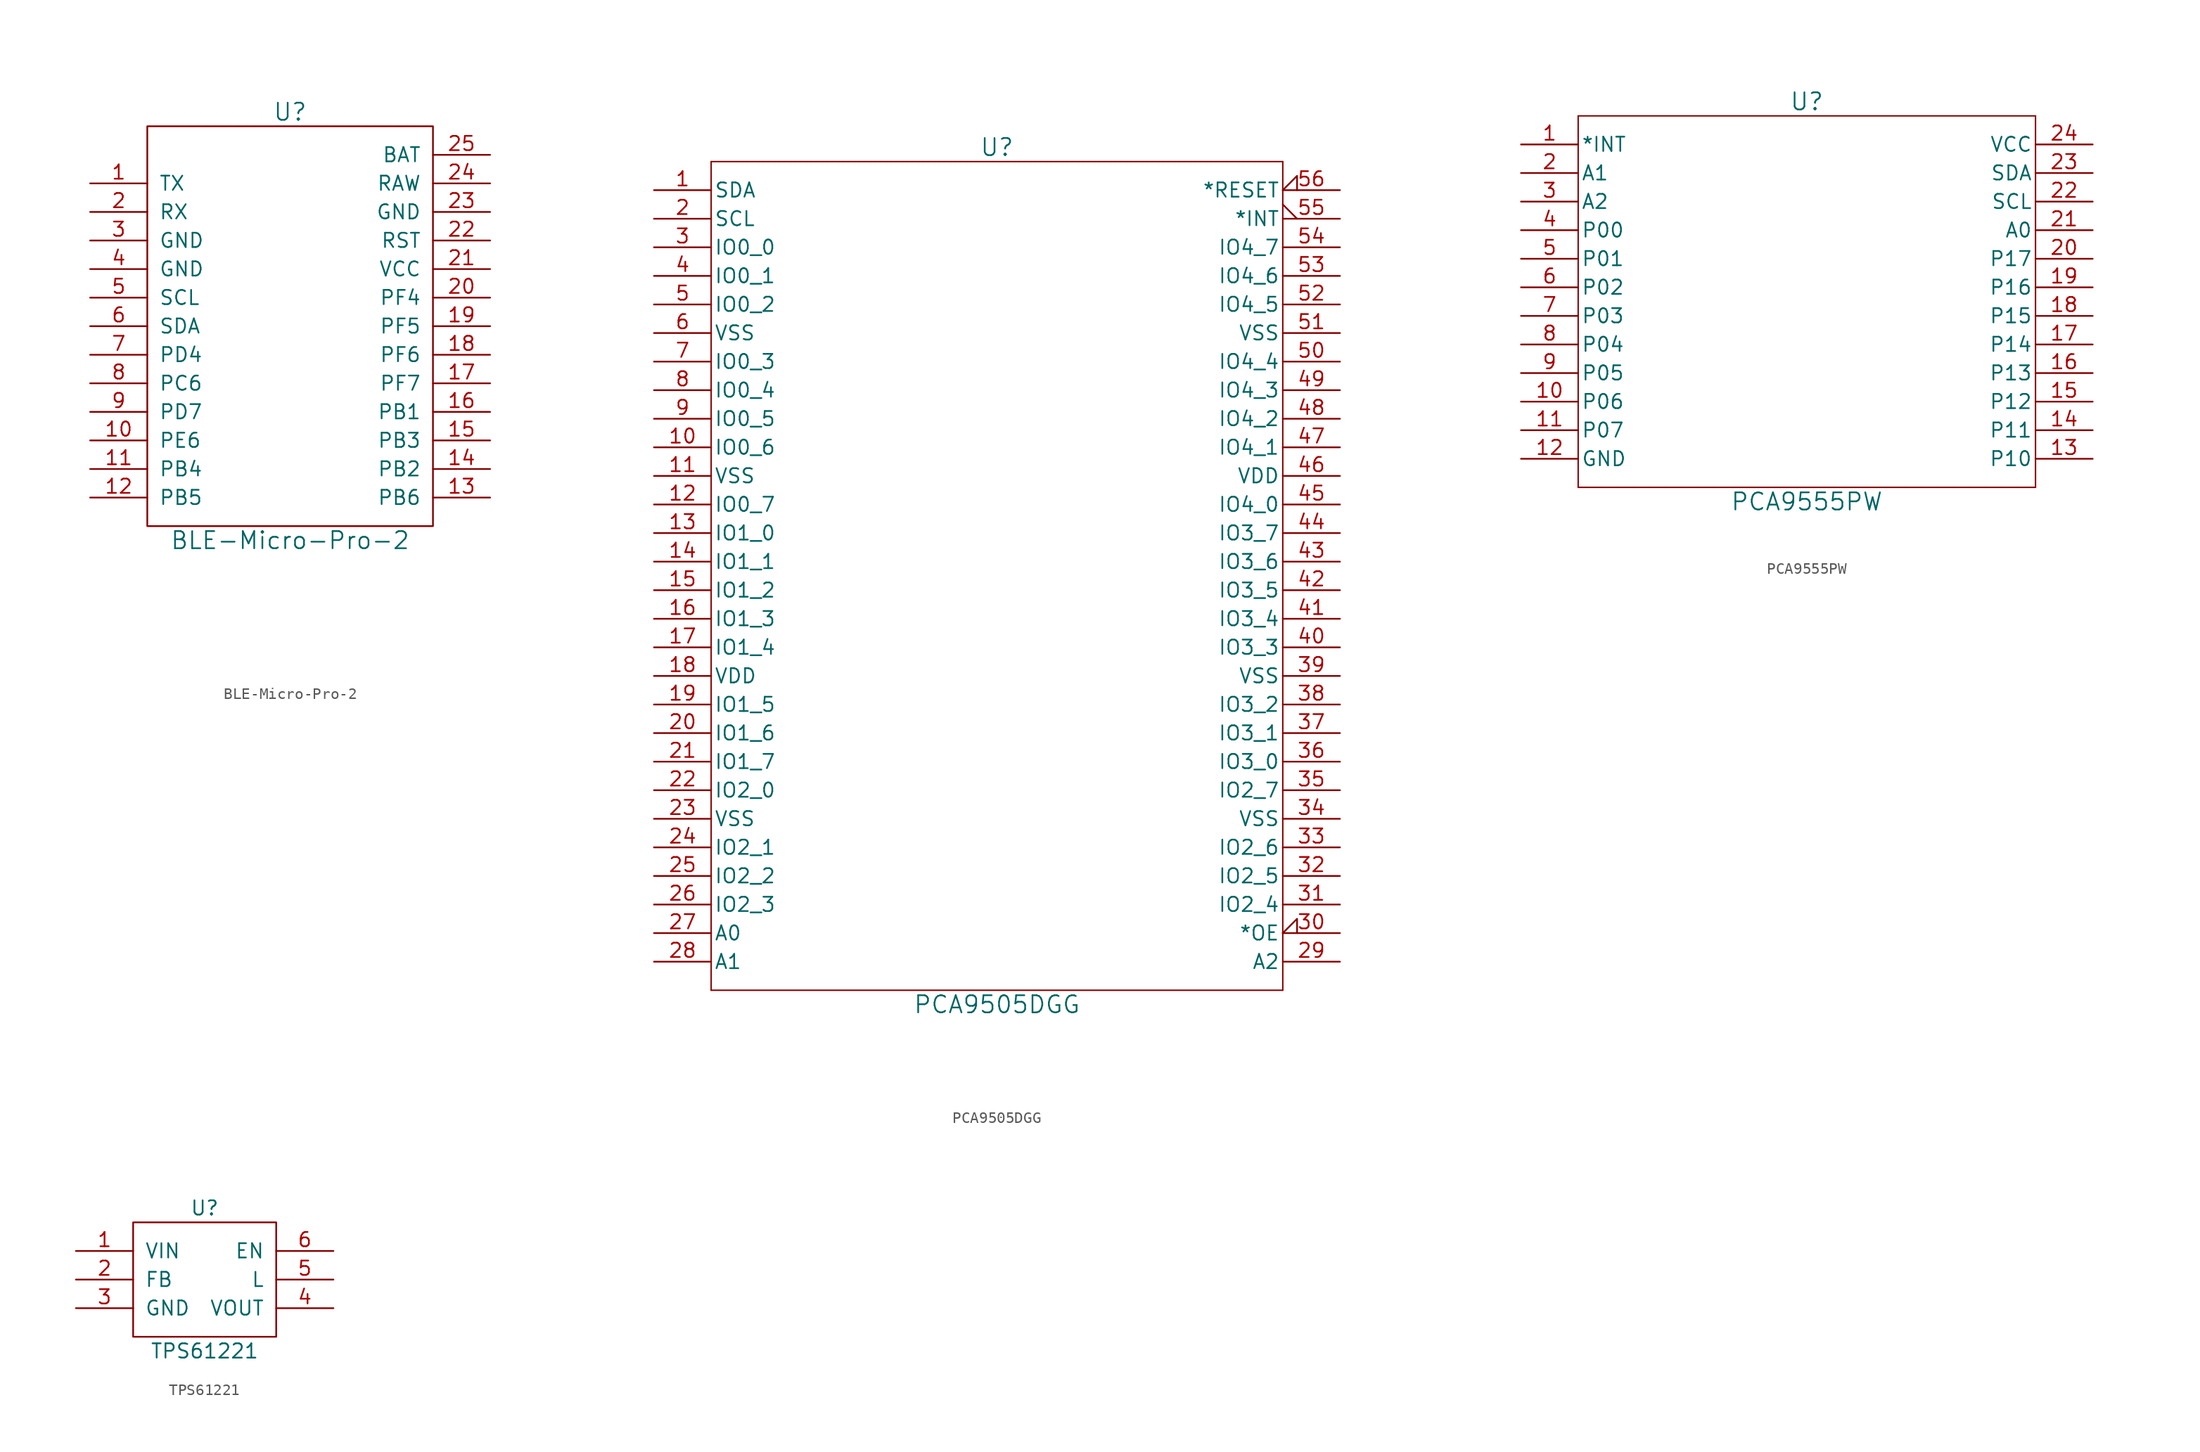
<source format=kicad_sym>
(kicad_symbol_lib
  (version 20241209)
  (generator "kicad_symbol_editor")
  (generator_version "9.0")
  (symbol "BLE-Micro-Pro-2"
    (pin_names
      (offset 1.016))
    (property "Reference" "U"
      (at 0 19.05 0)
      (effects (font (size 1.524 1.524))))
    (property "Value" "BLE-Micro-Pro-2"
      (at 0 -19.05 0)
      (effects (font (size 1.524 1.524))))
    (property "Footprint" ""
      (at 2.54 -26.67 0)
      (effects (font (size 1.524 1.524))))
    (property "Datasheet" ""
      (at 2.54 -26.67 0)
      (effects (font (size 1.524 1.524))))
    (symbol "BLE-Micro-Pro-2_0_1"
      (rectangle (start -12.7 17.78) (end 12.7 -17.78) (stroke (width 0) (type solid)) (fill (type none))))
    (symbol "BLE-Micro-Pro-2_1_1"
      (pin bidirectional line (at -17.78 12.7 0) (length 5.08) (name "TX" (effects (font (size 1.27 1.27)))) (number "1" (effects (font (size 1.27 1.27)))))
      (pin bidirectional line (at -17.78 10.16 0) (length 5.08) (name "RX" (effects (font (size 1.27 1.27)))) (number "2" (effects (font (size 1.27 1.27)))))
      (pin power_in line (at -17.78 7.62 0) (length 5.08) (name "GND" (effects (font (size 1.27 1.27)))) (number "3" (effects (font (size 1.27 1.27)))))
      (pin power_in line (at -17.78 5.08 0) (length 5.08) (name "GND" (effects (font (size 1.27 1.27)))) (number "4" (effects (font (size 1.27 1.27)))))
      (pin bidirectional line (at -17.78 2.54 0) (length 5.08) (name "SCL" (effects (font (size 1.27 1.27)))) (number "5" (effects (font (size 1.27 1.27)))))
      (pin bidirectional line (at -17.78 0 0) (length 5.08) (name "SDA" (effects (font (size 1.27 1.27)))) (number "6" (effects (font (size 1.27 1.27)))))
      (pin bidirectional line (at -17.78 -2.54 0) (length 5.08) (name "PD4" (effects (font (size 1.27 1.27)))) (number "7" (effects (font (size 1.27 1.27)))))
      (pin bidirectional line (at -17.78 -5.08 0) (length 5.08) (name "PC6" (effects (font (size 1.27 1.27)))) (number "8" (effects (font (size 1.27 1.27)))))
      (pin bidirectional line (at -17.78 -7.62 0) (length 5.08) (name "PD7" (effects (font (size 1.27 1.27)))) (number "9" (effects (font (size 1.27 1.27)))))
      (pin bidirectional line (at -17.78 -10.16 0) (length 5.08) (name "PE6" (effects (font (size 1.27 1.27)))) (number "10" (effects (font (size 1.27 1.27)))))
      (pin bidirectional line (at -17.78 -12.7 0) (length 5.08) (name "PB4" (effects (font (size 1.27 1.27)))) (number "11" (effects (font (size 1.27 1.27)))))
      (pin bidirectional line (at -17.78 -15.24 0) (length 5.08) (name "PB5" (effects (font (size 1.27 1.27)))) (number "12" (effects (font (size 1.27 1.27)))))
      (pin power_in line (at 17.78 15.24 180) (length 5.08) (name "BAT" (effects (font (size 1.27 1.27)))) (number "25" (effects (font (size 1.27 1.27)))))
      (pin power_out line (at 17.78 12.7 180) (length 5.08) (name "RAW" (effects (font (size 1.27 1.27)))) (number "24" (effects (font (size 1.27 1.27)))))
      (pin power_in line (at 17.78 10.16 180) (length 5.08) (name "GND" (effects (font (size 1.27 1.27)))) (number "23" (effects (font (size 1.27 1.27)))))
      (pin input line (at 17.78 7.62 180) (length 5.08) (name "RST" (effects (font (size 1.27 1.27)))) (number "22" (effects (font (size 1.27 1.27)))))
      (pin power_in line (at 17.78 5.08 180) (length 5.08) (name "VCC" (effects (font (size 1.27 1.27)))) (number "21" (effects (font (size 1.27 1.27)))))
      (pin bidirectional line (at 17.78 2.54 180) (length 5.08) (name "PF4" (effects (font (size 1.27 1.27)))) (number "20" (effects (font (size 1.27 1.27)))))
      (pin bidirectional line (at 17.78 0 180) (length 5.08) (name "PF5" (effects (font (size 1.27 1.27)))) (number "19" (effects (font (size 1.27 1.27)))))
      (pin bidirectional line (at 17.78 -2.54 180) (length 5.08) (name "PF6" (effects (font (size 1.27 1.27)))) (number "18" (effects (font (size 1.27 1.27)))))
      (pin bidirectional line (at 17.78 -5.08 180) (length 5.08) (name "PF7" (effects (font (size 1.27 1.27)))) (number "17" (effects (font (size 1.27 1.27)))))
      (pin bidirectional line (at 17.78 -7.62 180) (length 5.08) (name "PB1" (effects (font (size 1.27 1.27)))) (number "16" (effects (font (size 1.27 1.27)))))
      (pin bidirectional line (at 17.78 -10.16 180) (length 5.08) (name "PB3" (effects (font (size 1.27 1.27)))) (number "15" (effects (font (size 1.27 1.27)))))
      (pin bidirectional line (at 17.78 -12.7 180) (length 5.08) (name "PB2" (effects (font (size 1.27 1.27)))) (number "14" (effects (font (size 1.27 1.27)))))
      (pin bidirectional line (at 17.78 -15.24 180) (length 5.08) (name "PB6" (effects (font (size 1.27 1.27)))) (number "13" (effects (font (size 1.27 1.27)))))))
  (symbol "PCA9505DGG"
    (pin_names
      (offset 0.254))
    (property "Reference" "U"
      (at 0 36.83 0)
      (effects (font (size 1.524 1.524))))
    (property "Value" "PCA9505DGG"
      (at 0 -39.37 0)
      (effects (font (size 1.524 1.524))))
    (property "Datasheet" ""
      (at -30.48 33.02 0)
      (effects (font (size 1.524 1.524))))
    (symbol "PCA9505DGG_1_0"
      (polyline (pts (xy -25.4 35.56) (xy -25.4 -38.1)) (stroke (width 0.127) (type solid)) (fill (type none)))
      (polyline (pts (xy -25.4 -38.1) (xy 25.4 -38.1)) (stroke (width 0.127) (type solid)) (fill (type none)))
      (polyline (pts (xy 25.4 35.56) (xy -25.4 35.56)) (stroke (width 0.127) (type solid)) (fill (type none)))
      (polyline (pts (xy 25.4 -38.1) (xy 25.4 35.56)) (stroke (width 0.127) (type solid)) (fill (type none)))
      (pin bidirectional line (at -30.48 33.02 0) (length 5.08) (name "SDA" (effects (font (size 1.27 1.27)))) (number "1" (effects (font (size 1.27 1.27)))))
      (pin input line (at -30.48 30.48 0) (length 5.08) (name "SCL" (effects (font (size 1.27 1.27)))) (number "2" (effects (font (size 1.27 1.27)))))
      (pin bidirectional line (at -30.48 27.94 0) (length 5.08) (name "IO0_0" (effects (font (size 1.27 1.27)))) (number "3" (effects (font (size 1.27 1.27)))))
      (pin bidirectional line (at -30.48 25.4 0) (length 5.08) (name "IO0_1" (effects (font (size 1.27 1.27)))) (number "4" (effects (font (size 1.27 1.27)))))
      (pin bidirectional line (at -30.48 22.86 0) (length 5.08) (name "IO0_2" (effects (font (size 1.27 1.27)))) (number "5" (effects (font (size 1.27 1.27)))))
      (pin power_in line (at -30.48 20.32 0) (length 5.08) (name "VSS" (effects (font (size 1.27 1.27)))) (number "6" (effects (font (size 1.27 1.27)))))
      (pin bidirectional line (at -30.48 17.78 0) (length 5.08) (name "IO0_3" (effects (font (size 1.27 1.27)))) (number "7" (effects (font (size 1.27 1.27)))))
      (pin bidirectional line (at -30.48 15.24 0) (length 5.08) (name "IO0_4" (effects (font (size 1.27 1.27)))) (number "8" (effects (font (size 1.27 1.27)))))
      (pin bidirectional line (at -30.48 12.7 0) (length 5.08) (name "IO0_5" (effects (font (size 1.27 1.27)))) (number "9" (effects (font (size 1.27 1.27)))))
      (pin bidirectional line (at -30.48 10.16 0) (length 5.08) (name "IO0_6" (effects (font (size 1.27 1.27)))) (number "10" (effects (font (size 1.27 1.27)))))
      (pin power_in line (at -30.48 7.62 0) (length 5.08) (name "VSS" (effects (font (size 1.27 1.27)))) (number "11" (effects (font (size 1.27 1.27)))))
      (pin bidirectional line (at -30.48 5.08 0) (length 5.08) (name "IO0_7" (effects (font (size 1.27 1.27)))) (number "12" (effects (font (size 1.27 1.27)))))
      (pin bidirectional line (at -30.48 2.54 0) (length 5.08) (name "IO1_0" (effects (font (size 1.27 1.27)))) (number "13" (effects (font (size 1.27 1.27)))))
      (pin bidirectional line (at -30.48 0 0) (length 5.08) (name "IO1_1" (effects (font (size 1.27 1.27)))) (number "14" (effects (font (size 1.27 1.27)))))
      (pin bidirectional line (at -30.48 -2.54 0) (length 5.08) (name "IO1_2" (effects (font (size 1.27 1.27)))) (number "15" (effects (font (size 1.27 1.27)))))
      (pin bidirectional line (at -30.48 -5.08 0) (length 5.08) (name "IO1_3" (effects (font (size 1.27 1.27)))) (number "16" (effects (font (size 1.27 1.27)))))
      (pin bidirectional line (at -30.48 -7.62 0) (length 5.08) (name "IO1_4" (effects (font (size 1.27 1.27)))) (number "17" (effects (font (size 1.27 1.27)))))
      (pin power_in line (at -30.48 -10.16 0) (length 5.08) (name "VDD" (effects (font (size 1.27 1.27)))) (number "18" (effects (font (size 1.27 1.27)))))
      (pin bidirectional line (at -30.48 -12.7 0) (length 5.08) (name "IO1_5" (effects (font (size 1.27 1.27)))) (number "19" (effects (font (size 1.27 1.27)))))
      (pin bidirectional line (at -30.48 -15.24 0) (length 5.08) (name "IO1_6" (effects (font (size 1.27 1.27)))) (number "20" (effects (font (size 1.27 1.27)))))
      (pin bidirectional line (at -30.48 -17.78 0) (length 5.08) (name "IO1_7" (effects (font (size 1.27 1.27)))) (number "21" (effects (font (size 1.27 1.27)))))
      (pin bidirectional line (at -30.48 -20.32 0) (length 5.08) (name "IO2_0" (effects (font (size 1.27 1.27)))) (number "22" (effects (font (size 1.27 1.27)))))
      (pin power_in line (at -30.48 -22.86 0) (length 5.08) (name "VSS" (effects (font (size 1.27 1.27)))) (number "23" (effects (font (size 1.27 1.27)))))
      (pin bidirectional line (at -30.48 -25.4 0) (length 5.08) (name "IO2_1" (effects (font (size 1.27 1.27)))) (number "24" (effects (font (size 1.27 1.27)))))
      (pin bidirectional line (at -30.48 -27.94 0) (length 5.08) (name "IO2_2" (effects (font (size 1.27 1.27)))) (number "25" (effects (font (size 1.27 1.27)))))
      (pin bidirectional line (at -30.48 -30.48 0) (length 5.08) (name "IO2_3" (effects (font (size 1.27 1.27)))) (number "26" (effects (font (size 1.27 1.27)))))
      (pin input line (at -30.48 -33.02 0) (length 5.08) (name "A0" (effects (font (size 1.27 1.27)))) (number "27" (effects (font (size 1.27 1.27)))))
      (pin input line (at -30.48 -35.56 0) (length 5.08) (name "A1" (effects (font (size 1.27 1.27)))) (number "28" (effects (font (size 1.27 1.27)))))
      (pin input input_low (at 30.48 33.02 180) (length 5.08) (name "*RESET" (effects (font (size 1.27 1.27)))) (number "56" (effects (font (size 1.27 1.27)))))
      (pin open_collector output_low (at 30.48 30.48 180) (length 5.08) (name "*INT" (effects (font (size 1.27 1.27)))) (number "55" (effects (font (size 1.27 1.27)))))
      (pin bidirectional line (at 30.48 27.94 180) (length 5.08) (name "IO4_7" (effects (font (size 1.27 1.27)))) (number "54" (effects (font (size 1.27 1.27)))))
      (pin bidirectional line (at 30.48 25.4 180) (length 5.08) (name "IO4_6" (effects (font (size 1.27 1.27)))) (number "53" (effects (font (size 1.27 1.27)))))
      (pin bidirectional line (at 30.48 22.86 180) (length 5.08) (name "IO4_5" (effects (font (size 1.27 1.27)))) (number "52" (effects (font (size 1.27 1.27)))))
      (pin power_in line (at 30.48 20.32 180) (length 5.08) (name "VSS" (effects (font (size 1.27 1.27)))) (number "51" (effects (font (size 1.27 1.27)))))
      (pin bidirectional line (at 30.48 17.78 180) (length 5.08) (name "IO4_4" (effects (font (size 1.27 1.27)))) (number "50" (effects (font (size 1.27 1.27)))))
      (pin bidirectional line (at 30.48 15.24 180) (length 5.08) (name "IO4_3" (effects (font (size 1.27 1.27)))) (number "49" (effects (font (size 1.27 1.27)))))
      (pin bidirectional line (at 30.48 12.7 180) (length 5.08) (name "IO4_2" (effects (font (size 1.27 1.27)))) (number "48" (effects (font (size 1.27 1.27)))))
      (pin bidirectional line (at 30.48 10.16 180) (length 5.08) (name "IO4_1" (effects (font (size 1.27 1.27)))) (number "47" (effects (font (size 1.27 1.27)))))
      (pin power_in line (at 30.48 7.62 180) (length 5.08) (name "VDD" (effects (font (size 1.27 1.27)))) (number "46" (effects (font (size 1.27 1.27)))))
      (pin bidirectional line (at 30.48 5.08 180) (length 5.08) (name "IO4_0" (effects (font (size 1.27 1.27)))) (number "45" (effects (font (size 1.27 1.27)))))
      (pin bidirectional line (at 30.48 2.54 180) (length 5.08) (name "IO3_7" (effects (font (size 1.27 1.27)))) (number "44" (effects (font (size 1.27 1.27)))))
      (pin bidirectional line (at 30.48 0 180) (length 5.08) (name "IO3_6" (effects (font (size 1.27 1.27)))) (number "43" (effects (font (size 1.27 1.27)))))
      (pin bidirectional line (at 30.48 -2.54 180) (length 5.08) (name "IO3_5" (effects (font (size 1.27 1.27)))) (number "42" (effects (font (size 1.27 1.27)))))
      (pin bidirectional line (at 30.48 -5.08 180) (length 5.08) (name "IO3_4" (effects (font (size 1.27 1.27)))) (number "41" (effects (font (size 1.27 1.27)))))
      (pin bidirectional line (at 30.48 -7.62 180) (length 5.08) (name "IO3_3" (effects (font (size 1.27 1.27)))) (number "40" (effects (font (size 1.27 1.27)))))
      (pin power_in line (at 30.48 -10.16 180) (length 5.08) (name "VSS" (effects (font (size 1.27 1.27)))) (number "39" (effects (font (size 1.27 1.27)))))
      (pin bidirectional line (at 30.48 -12.7 180) (length 5.08) (name "IO3_2" (effects (font (size 1.27 1.27)))) (number "38" (effects (font (size 1.27 1.27)))))
      (pin bidirectional line (at 30.48 -15.24 180) (length 5.08) (name "IO3_1" (effects (font (size 1.27 1.27)))) (number "37" (effects (font (size 1.27 1.27)))))
      (pin bidirectional line (at 30.48 -17.78 180) (length 5.08) (name "IO3_0" (effects (font (size 1.27 1.27)))) (number "36" (effects (font (size 1.27 1.27)))))
      (pin bidirectional line (at 30.48 -20.32 180) (length 5.08) (name "IO2_7" (effects (font (size 1.27 1.27)))) (number "35" (effects (font (size 1.27 1.27)))))
      (pin power_in line (at 30.48 -22.86 180) (length 5.08) (name "VSS" (effects (font (size 1.27 1.27)))) (number "34" (effects (font (size 1.27 1.27)))))
      (pin bidirectional line (at 30.48 -25.4 180) (length 5.08) (name "IO2_6" (effects (font (size 1.27 1.27)))) (number "33" (effects (font (size 1.27 1.27)))))
      (pin bidirectional line (at 30.48 -27.94 180) (length 5.08) (name "IO2_5" (effects (font (size 1.27 1.27)))) (number "32" (effects (font (size 1.27 1.27)))))
      (pin bidirectional line (at 30.48 -30.48 180) (length 5.08) (name "IO2_4" (effects (font (size 1.27 1.27)))) (number "31" (effects (font (size 1.27 1.27)))))
      (pin input input_low (at 30.48 -33.02 180) (length 5.08) (name "*OE" (effects (font (size 1.27 1.27)))) (number "30" (effects (font (size 1.27 1.27)))))
      (pin input line (at 30.48 -35.56 180) (length 5.08) (name "A2" (effects (font (size 1.27 1.27)))) (number "29" (effects (font (size 1.27 1.27)))))))
  (symbol "PCA9555PW"
    (pin_names
      (offset 0.254))
    (property "Reference" "U"
      (at 0 16.51 0)
      (effects (font (size 1.524 1.524))))
    (property "Value" "PCA9555PW"
      (at 0 -19.05 0)
      (effects (font (size 1.524 1.524))))
    (property "Datasheet" ""
      (at -25.4 12.7 0)
      (effects (font (size 1.524 1.524))))
    (symbol "PCA9555PW_0_0"
      (polyline (pts (xy -20.32 15.24) (xy -20.32 -17.78)) (stroke (width 0.127) (type solid)) (fill (type none)))
      (polyline (pts (xy -20.32 -17.78) (xy 20.32 -17.78)) (stroke (width 0.127) (type solid)) (fill (type none)))
      (polyline (pts (xy 20.32 15.24) (xy -20.32 15.24)) (stroke (width 0.127) (type solid)) (fill (type none)))
      (polyline (pts (xy 20.32 -17.78) (xy 20.32 15.24)) (stroke (width 0.127) (type solid)) (fill (type none))))
    (symbol "PCA9555PW_1_0"
      (pin unspecified line (at -25.4 12.7 0) (length 5.08) (name "*INT" (effects (font (size 1.27 1.27)))) (number "1" (effects (font (size 1.27 1.27)))))
      (pin unspecified line (at -25.4 10.16 0) (length 5.08) (name "A1" (effects (font (size 1.27 1.27)))) (number "2" (effects (font (size 1.27 1.27)))))
      (pin unspecified line (at -25.4 7.62 0) (length 5.08) (name "A2" (effects (font (size 1.27 1.27)))) (number "3" (effects (font (size 1.27 1.27)))))
      (pin unspecified line (at -25.4 5.08 0) (length 5.08) (name "P00" (effects (font (size 1.27 1.27)))) (number "4" (effects (font (size 1.27 1.27)))))
      (pin unspecified line (at -25.4 2.54 0) (length 5.08) (name "P01" (effects (font (size 1.27 1.27)))) (number "5" (effects (font (size 1.27 1.27)))))
      (pin unspecified line (at -25.4 0 0) (length 5.08) (name "P02" (effects (font (size 1.27 1.27)))) (number "6" (effects (font (size 1.27 1.27)))))
      (pin unspecified line (at -25.4 -2.54 0) (length 5.08) (name "P03" (effects (font (size 1.27 1.27)))) (number "7" (effects (font (size 1.27 1.27)))))
      (pin unspecified line (at -25.4 -5.08 0) (length 5.08) (name "P04" (effects (font (size 1.27 1.27)))) (number "8" (effects (font (size 1.27 1.27)))))
      (pin unspecified line (at -25.4 -7.62 0) (length 5.08) (name "P05" (effects (font (size 1.27 1.27)))) (number "9" (effects (font (size 1.27 1.27)))))
      (pin unspecified line (at -25.4 -10.16 0) (length 5.08) (name "P06" (effects (font (size 1.27 1.27)))) (number "10" (effects (font (size 1.27 1.27)))))
      (pin unspecified line (at -25.4 -12.7 0) (length 5.08) (name "P07" (effects (font (size 1.27 1.27)))) (number "11" (effects (font (size 1.27 1.27)))))
      (pin unspecified line (at -25.4 -15.24 0) (length 5.08) (name "GND" (effects (font (size 1.27 1.27)))) (number "12" (effects (font (size 1.27 1.27)))))
      (pin unspecified line (at 25.4 12.7 180) (length 5.08) (name "VCC" (effects (font (size 1.27 1.27)))) (number "24" (effects (font (size 1.27 1.27)))))
      (pin unspecified line (at 25.4 10.16 180) (length 5.08) (name "SDA" (effects (font (size 1.27 1.27)))) (number "23" (effects (font (size 1.27 1.27)))))
      (pin unspecified line (at 25.4 7.62 180) (length 5.08) (name "SCL" (effects (font (size 1.27 1.27)))) (number "22" (effects (font (size 1.27 1.27)))))
      (pin unspecified line (at 25.4 5.08 180) (length 5.08) (name "A0" (effects (font (size 1.27 1.27)))) (number "21" (effects (font (size 1.27 1.27)))))
      (pin unspecified line (at 25.4 2.54 180) (length 5.08) (name "P17" (effects (font (size 1.27 1.27)))) (number "20" (effects (font (size 1.27 1.27)))))
      (pin unspecified line (at 25.4 0 180) (length 5.08) (name "P16" (effects (font (size 1.27 1.27)))) (number "19" (effects (font (size 1.27 1.27)))))
      (pin unspecified line (at 25.4 -2.54 180) (length 5.08) (name "P15" (effects (font (size 1.27 1.27)))) (number "18" (effects (font (size 1.27 1.27)))))
      (pin unspecified line (at 25.4 -5.08 180) (length 5.08) (name "P14" (effects (font (size 1.27 1.27)))) (number "17" (effects (font (size 1.27 1.27)))))
      (pin unspecified line (at 25.4 -7.62 180) (length 5.08) (name "P13" (effects (font (size 1.27 1.27)))) (number "16" (effects (font (size 1.27 1.27)))))
      (pin unspecified line (at 25.4 -10.16 180) (length 5.08) (name "P12" (effects (font (size 1.27 1.27)))) (number "15" (effects (font (size 1.27 1.27)))))
      (pin unspecified line (at 25.4 -12.7 180) (length 5.08) (name "P11" (effects (font (size 1.27 1.27)))) (number "14" (effects (font (size 1.27 1.27)))))
      (pin unspecified line (at 25.4 -15.24 180) (length 5.08) (name "P10" (effects (font (size 1.27 1.27)))) (number "13" (effects (font (size 1.27 1.27)))))))
  (symbol "TPS61221"
    (pin_names
      (offset 1.016))
    (property "Reference" "U"
      (at 0 6.35 0)
      (effects (font (size 1.27 1.27))))
    (property "Value" "TPS61221"
      (at 0 -6.35 0)
      (effects (font (size 1.27 1.27))))
    (symbol "TPS61221_0_1"
      (rectangle (start -6.35 5.08) (end 6.35 -5.08) (stroke (width 0) (type solid)) (fill (type none))))
    (symbol "TPS61221_1_1"
      (pin power_in line (at -11.43 2.54 0) (length 5.08) (name "VIN" (effects (font (size 1.27 1.27)))) (number "1" (effects (font (size 1.27 1.27)))))
      (pin input line (at -11.43 0 0) (length 5.08) (name "FB" (effects (font (size 1.27 1.27)))) (number "2" (effects (font (size 1.27 1.27)))))
      (pin power_in line (at -11.43 -2.54 0) (length 5.08) (name "GND" (effects (font (size 1.27 1.27)))) (number "3" (effects (font (size 1.27 1.27)))))
      (pin input line (at 11.43 2.54 180) (length 5.08) (name "EN" (effects (font (size 1.27 1.27)))) (number "6" (effects (font (size 1.27 1.27)))))
      (pin input line (at 11.43 0 180) (length 5.08) (name "L" (effects (font (size 1.27 1.27)))) (number "5" (effects (font (size 1.27 1.27)))))
      (pin power_out line (at 11.43 -2.54 180) (length 5.08) (name "VOUT" (effects (font (size 1.27 1.27)))) (number "4" (effects (font (size 1.27 1.27))))))))
</source>
